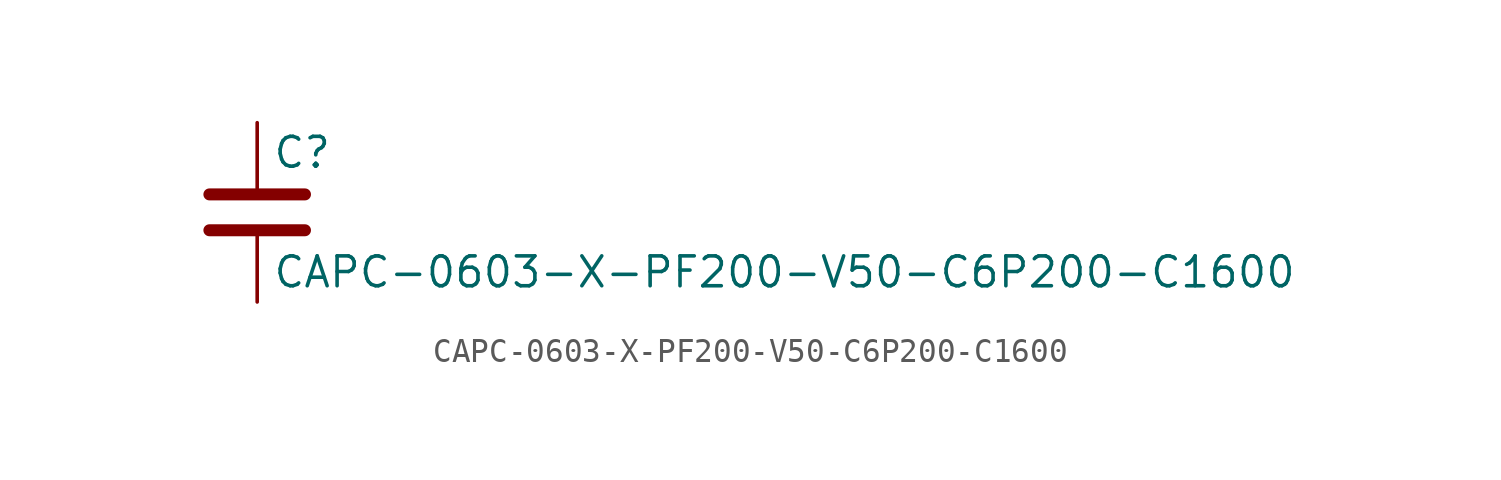
<source format=kicad_sym>
(kicad_symbol_lib
  (version 20211014)
  (generator kicad_symbol_editor)
  (symbol "CAPC-0603-X-PF200-V50-C6P200-C1600"
    (pin_numbers hide)
    (pin_names
      (offset 0.254))
    (property "Reference" "C"
      (at 0.635 2.54 0)
      (effects (font (size 1.27 1.27)) (justify left)))
    (property "Value" "CAPC-0603-X-PF200-V50-C6P200-C1600"
      (at 0.635 -2.54 0)
      (effects (font (size 1.27 1.27)) (justify left)))
    (symbol "CAPC-0603-X-PF200-V50-C6P200-C1600_0_1"
      (polyline (pts (xy -2.032 -0.762) (xy 2.032 -0.762)) (stroke (width 0.508) (type default) (color 0 0 0 0)) (fill (type none)))
      (polyline (pts (xy -2.032 0.762) (xy 2.032 0.762)) (stroke (width 0.508) (type default) (color 0 0 0 0)) (fill (type none))))
    (symbol "CAPC-0603-X-PF200-V50-C6P200-C1600_1_1"
      (pin passive line (at 0 3.81 270) (length 2.794) (name "~" (effects (font (size 1.27 1.27)))) (number "1" (effects (font (size 1.27 1.27)))))
      (pin passive line (at 0 -3.81 90) (length 2.794) (name "~" (effects (font (size 1.27 1.27)))) (number "2" (effects (font (size 1.27 1.27))))))))
</source>
